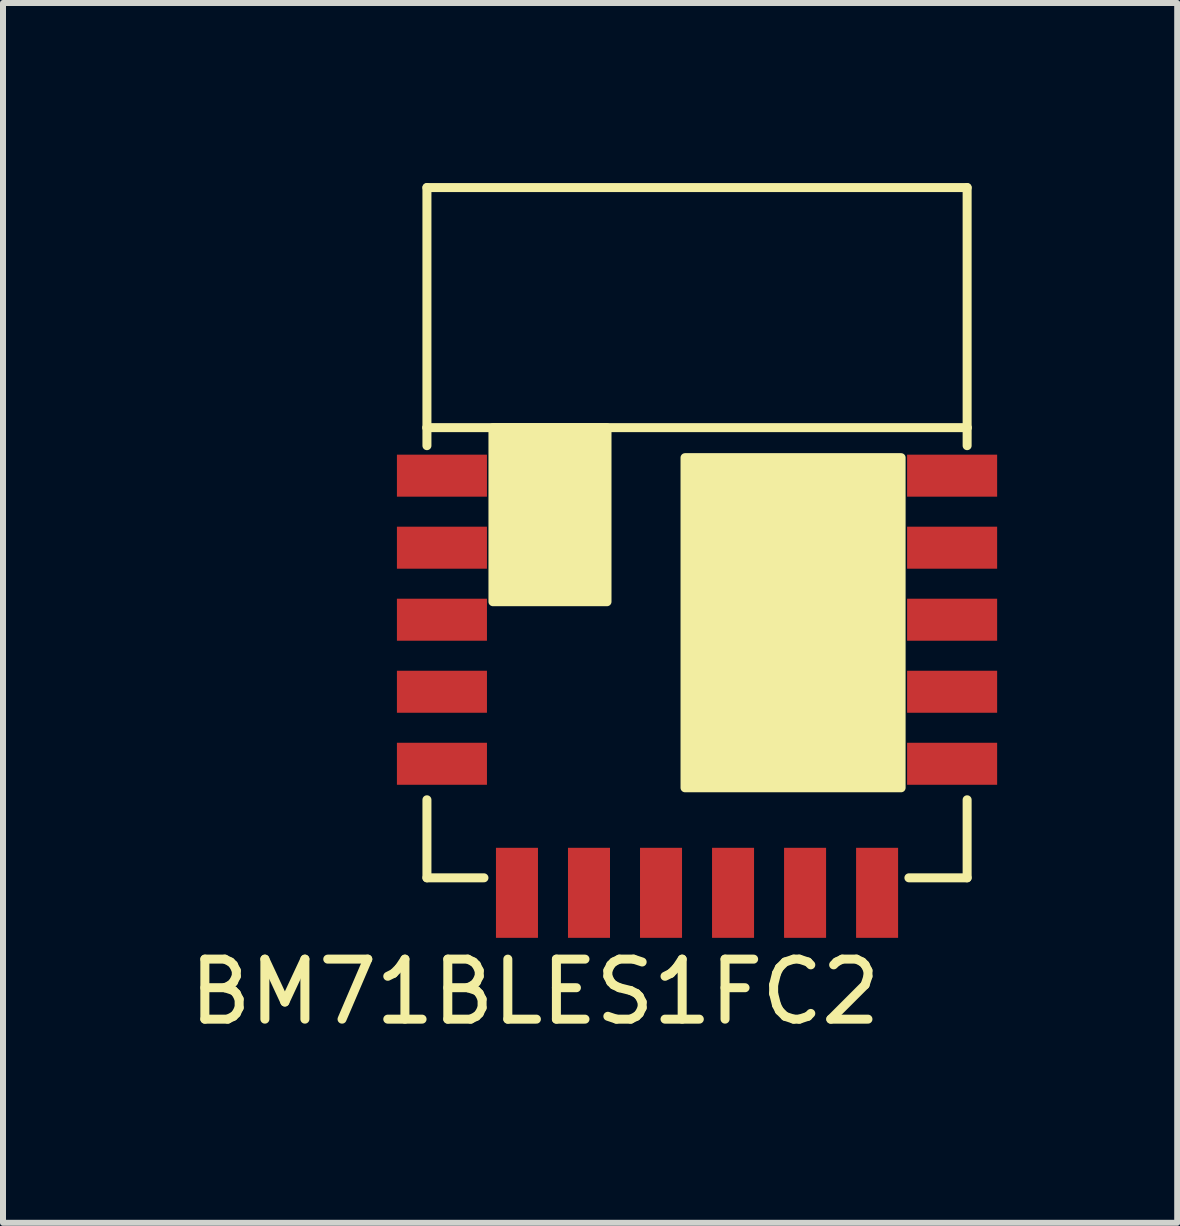
<source format=kicad_pcb>
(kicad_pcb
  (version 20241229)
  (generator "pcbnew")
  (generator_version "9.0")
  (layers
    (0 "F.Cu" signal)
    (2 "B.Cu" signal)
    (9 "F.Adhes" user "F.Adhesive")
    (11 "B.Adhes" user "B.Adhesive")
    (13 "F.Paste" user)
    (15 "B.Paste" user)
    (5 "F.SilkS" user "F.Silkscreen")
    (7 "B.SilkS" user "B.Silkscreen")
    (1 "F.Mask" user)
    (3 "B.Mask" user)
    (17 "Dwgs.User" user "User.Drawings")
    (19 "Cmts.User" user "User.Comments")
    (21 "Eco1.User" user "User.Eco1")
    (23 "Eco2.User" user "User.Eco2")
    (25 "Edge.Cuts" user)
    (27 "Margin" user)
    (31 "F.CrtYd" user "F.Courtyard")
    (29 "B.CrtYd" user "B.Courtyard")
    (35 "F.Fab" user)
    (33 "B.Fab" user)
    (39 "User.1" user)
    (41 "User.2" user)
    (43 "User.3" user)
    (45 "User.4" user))
  (footprint "BM71BLES1FC2"
    (layer "F.Cu")
    (at 4.063 11.575)
    (property "Reference" "BM71BLES1FC2" (at 1.8 1.9 0) (layer "F.SilkS") (effects (font (size 1 1) (thickness 0.15))))
    (attr through_hole)
    (fp_line (start 0 -11.5) (end 9 -11.5) (stroke (width 0.15) (type solid)) (layer "F.SilkS"))
    (fp_line (start 0 -7.5) (end 0 -11.5) (stroke (width 0.15) (type solid)) (layer "F.SilkS"))
    (fp_line (start 0 -7.5) (end 0 -7.2) (stroke (width 0.15) (type solid)) (layer "F.SilkS"))
    (fp_line (start 0 -7.5) (end 9 -7.5) (stroke (width 0.15) (type solid)) (layer "F.SilkS"))
    (fp_line (start 0 0) (end 0 -1.3) (stroke (width 0.15) (type solid)) (layer "F.SilkS"))
    (fp_line (start 0 0) (end 0.95 0) (stroke (width 0.15) (type solid)) (layer "F.SilkS"))
    (fp_line (start 9 -11.5) (end 9 -7.5) (stroke (width 0.15) (type solid)) (layer "F.SilkS"))
    (fp_line (start 9 -7.5) (end 9 -7.2) (stroke (width 0.15) (type solid)) (layer "F.SilkS"))
    (fp_line (start 9 0) (end 8.03 0) (stroke (width 0.15) (type solid)) (layer "F.SilkS"))
    (fp_line (start 9 0) (end 9 -1.3) (stroke (width 0.15) (type solid)) (layer "F.SilkS"))
    (fp_poly (pts (xy 3 -7.5) (xy 3 -4.6) (xy 1.1 -4.6) (xy 1.1 -7.5)) (stroke (width 0.15) (type solid)) (fill yes) (layer "F.SilkS"))
    (fp_poly (pts (xy 4.3 -7) (xy 7.9 -7) (xy 7.9 -1.5) (xy 4.3 -1.5)) (stroke (width 0.15) (type solid)) (fill yes) (layer "F.SilkS"))
    (pad "1" smd rect (at 0.25 -6.7) (size 1.5 0.7) (layers "F.Cu" "F.Mask" "F.Paste"))
    (pad "2" smd rect (at 0.25 -5.5) (size 1.5 0.7) (layers "F.Cu" "F.Mask" "F.Paste"))
    (pad "3" smd rect (at 0.25 -4.3) (size 1.5 0.7) (layers "F.Cu" "F.Mask" "F.Paste"))
    (pad "4" smd rect (at 0.25 -3.1) (size 1.5 0.7) (layers "F.Cu" "F.Mask" "F.Paste"))
    (pad "5" smd rect (at 0.25 -1.9) (size 1.5 0.7) (layers "F.Cu" "F.Mask" "F.Paste"))
    (pad "6" smd rect (at 1.5 0.25 90) (size 1.5 0.7) (layers "F.Cu" "F.Mask" "F.Paste"))
    (pad "7" smd rect (at 2.7 0.25 90) (size 1.5 0.7) (layers "F.Cu" "F.Mask" "F.Paste"))
    (pad "8" smd rect (at 3.9 0.25 90) (size 1.5 0.7) (layers "F.Cu" "F.Mask" "F.Paste"))
    (pad "9" smd rect (at 5.1 0.25 90) (size 1.5 0.7) (layers "F.Cu" "F.Mask" "F.Paste"))
    (pad "10" smd rect (at 6.3 0.25 90) (size 1.5 0.7) (layers "F.Cu" "F.Mask" "F.Paste"))
    (pad "11" smd rect (at 7.5 0.25 90) (size 1.5 0.7) (layers "F.Cu" "F.Mask" "F.Paste"))
    (pad "12" smd rect (at 8.75 -1.9 180) (size 1.5 0.7) (layers "F.Cu" "F.Mask" "F.Paste"))
    (pad "13" smd rect (at 8.75 -3.1 180) (size 1.5 0.7) (layers "F.Cu" "F.Mask" "F.Paste"))
    (pad "14" smd rect (at 8.75 -4.3 180) (size 1.5 0.7) (layers "F.Cu" "F.Mask" "F.Paste"))
    (pad "15" smd rect (at 8.75 -5.5 180) (size 1.5 0.7) (layers "F.Cu" "F.Mask" "F.Paste"))
    (pad "16" smd rect (at 8.75 -6.7 180) (size 1.5 0.7) (layers "F.Cu" "F.Mask" "F.Paste")))
  (gr_rect
    (start -3 -3)
    (end 16.563 17.323)
    (stroke (width 0.1) (type default))
    (fill no)
    (layer "Edge.Cuts")))
</source>
